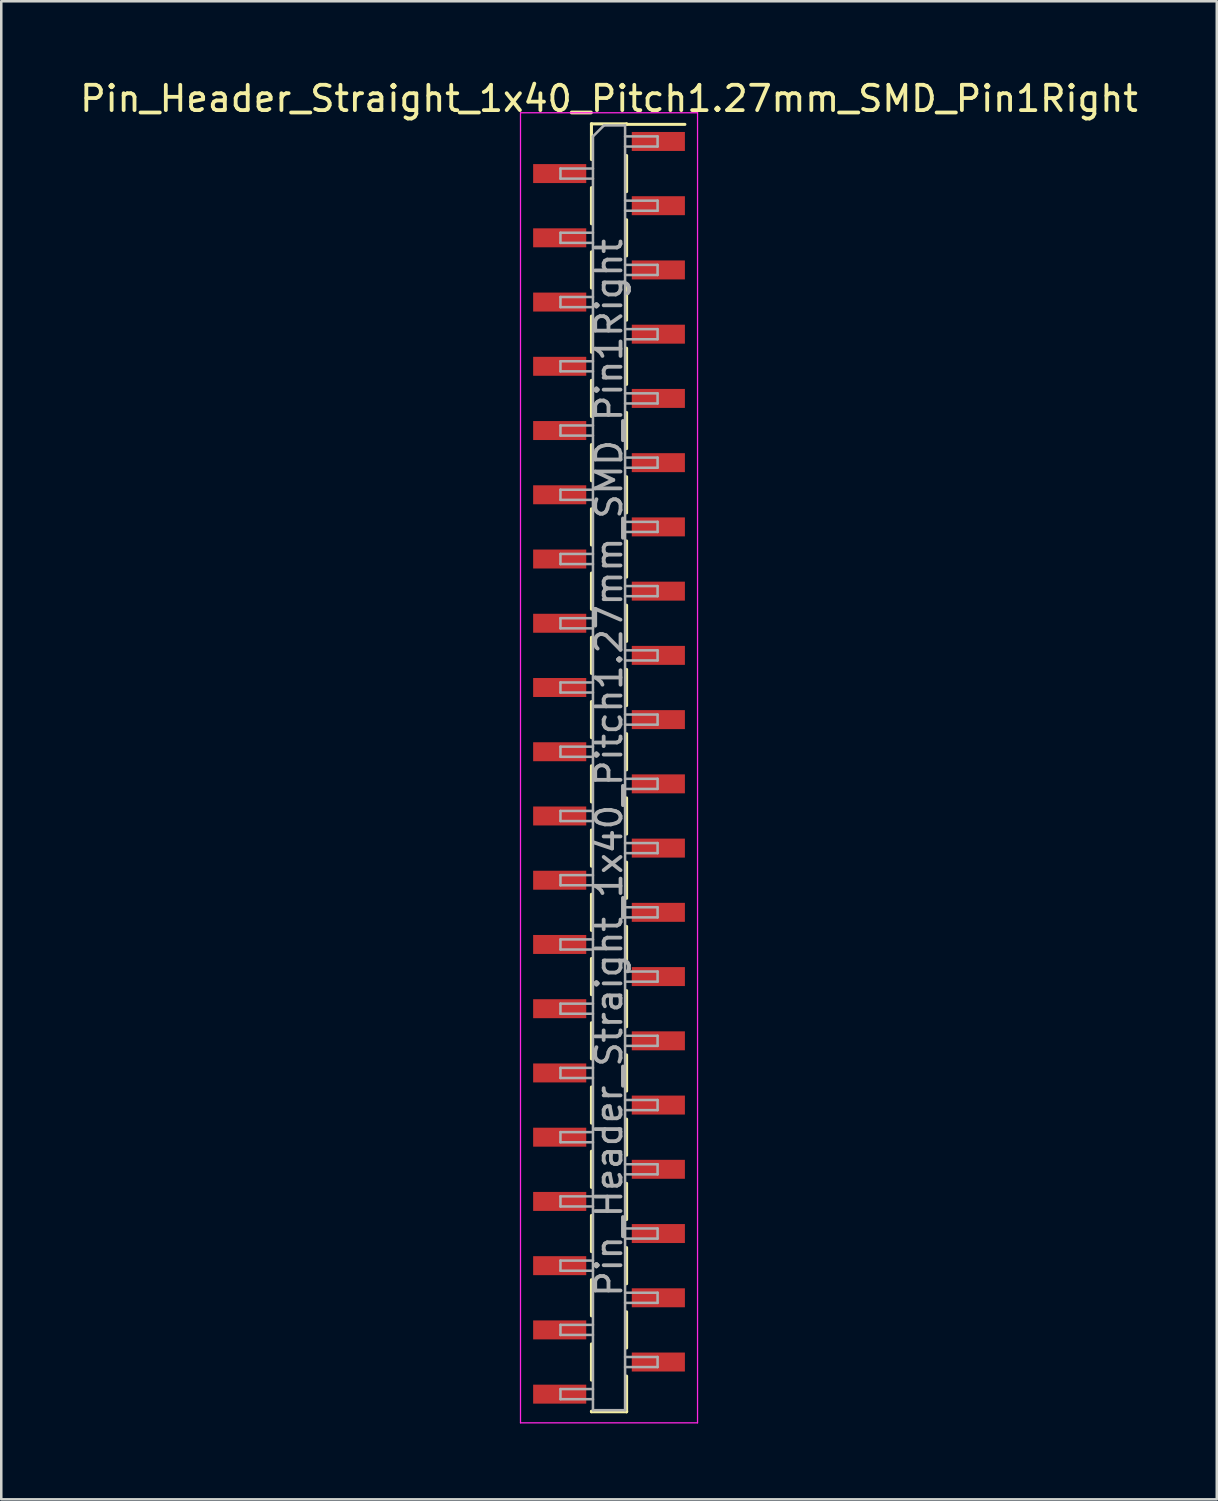
<source format=kicad_pcb>
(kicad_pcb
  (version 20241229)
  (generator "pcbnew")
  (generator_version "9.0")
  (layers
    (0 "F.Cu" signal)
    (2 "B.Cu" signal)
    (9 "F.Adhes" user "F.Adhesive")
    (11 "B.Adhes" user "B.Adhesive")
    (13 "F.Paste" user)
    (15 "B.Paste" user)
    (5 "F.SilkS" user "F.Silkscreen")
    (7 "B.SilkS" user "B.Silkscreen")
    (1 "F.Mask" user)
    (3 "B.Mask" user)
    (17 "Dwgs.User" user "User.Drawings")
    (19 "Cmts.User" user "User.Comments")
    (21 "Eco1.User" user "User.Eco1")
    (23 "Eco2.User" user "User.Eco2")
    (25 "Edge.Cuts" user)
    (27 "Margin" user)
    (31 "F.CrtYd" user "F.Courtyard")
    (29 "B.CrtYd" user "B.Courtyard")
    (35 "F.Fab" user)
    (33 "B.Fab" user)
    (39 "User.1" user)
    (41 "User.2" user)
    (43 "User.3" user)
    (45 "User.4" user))
  (footprint "Pin_Header_Straight_1x40_Pitch1.27mm_SMD_Pin1Right"
    (layer "F.Cu")
    (at 21.03 27.308)
    (property "Reference" "Pin_Header_Straight_1x40_Pitch1.27mm_SMD_Pin1Right" (at 0 -26.46 0) (layer "F.SilkS") (effects (font (size 1 1) (thickness 0.15))))
    (attr smd)
    (fp_line (start -0.695 -25.46) (end -0.695 -24.05) (stroke (width 0.12) (type solid)) (layer "F.SilkS"))
    (fp_line (start -0.695 -25.46) (end 0.695 -25.46) (stroke (width 0.12) (type solid)) (layer "F.SilkS"))
    (fp_line (start -0.695 -25.44) (end -0.695 -25.46) (stroke (width 0.12) (type solid)) (layer "F.SilkS"))
    (fp_line (start -0.695 -22.94) (end -0.695 -21.51) (stroke (width 0.12) (type solid)) (layer "F.SilkS"))
    (fp_line (start -0.695 -20.4) (end -0.695 -18.97) (stroke (width 0.12) (type solid)) (layer "F.SilkS"))
    (fp_line (start -0.695 -17.86) (end -0.695 -16.43) (stroke (width 0.12) (type solid)) (layer "F.SilkS"))
    (fp_line (start -0.695 -15.32) (end -0.695 -13.89) (stroke (width 0.12) (type solid)) (layer "F.SilkS"))
    (fp_line (start -0.695 -12.78) (end -0.695 -11.35) (stroke (width 0.12) (type solid)) (layer "F.SilkS"))
    (fp_line (start -0.695 -10.24) (end -0.695 -8.81) (stroke (width 0.12) (type solid)) (layer "F.SilkS"))
    (fp_line (start -0.695 -7.7) (end -0.695 -6.27) (stroke (width 0.12) (type solid)) (layer "F.SilkS"))
    (fp_line (start -0.695 -5.16) (end -0.695 -3.73) (stroke (width 0.12) (type solid)) (layer "F.SilkS"))
    (fp_line (start -0.695 -2.62) (end -0.695 -1.19) (stroke (width 0.12) (type solid)) (layer "F.SilkS"))
    (fp_line (start -0.695 -0.08) (end -0.695 1.35) (stroke (width 0.12) (type solid)) (layer "F.SilkS"))
    (fp_line (start -0.695 2.46) (end -0.695 3.89) (stroke (width 0.12) (type solid)) (layer "F.SilkS"))
    (fp_line (start -0.695 5) (end -0.695 6.43) (stroke (width 0.12) (type solid)) (layer "F.SilkS"))
    (fp_line (start -0.695 7.54) (end -0.695 8.97) (stroke (width 0.12) (type solid)) (layer "F.SilkS"))
    (fp_line (start -0.695 10.08) (end -0.695 11.51) (stroke (width 0.12) (type solid)) (layer "F.SilkS"))
    (fp_line (start -0.695 12.62) (end -0.695 14.05) (stroke (width 0.12) (type solid)) (layer "F.SilkS"))
    (fp_line (start -0.695 15.16) (end -0.695 16.59) (stroke (width 0.12) (type solid)) (layer "F.SilkS"))
    (fp_line (start -0.695 17.7) (end -0.695 19.13) (stroke (width 0.12) (type solid)) (layer "F.SilkS"))
    (fp_line (start -0.695 20.24) (end -0.695 21.67) (stroke (width 0.12) (type solid)) (layer "F.SilkS"))
    (fp_line (start -0.695 22.78) (end -0.695 24.21) (stroke (width 0.12) (type solid)) (layer "F.SilkS"))
    (fp_line (start -0.695 25.44) (end -0.695 25.46) (stroke (width 0.12) (type solid)) (layer "F.SilkS"))
    (fp_line (start -0.695 25.46) (end 0.695 25.46) (stroke (width 0.12) (type solid)) (layer "F.SilkS"))
    (fp_line (start 0.695 -25.46) (end 0.695 -25.44) (stroke (width 0.12) (type solid)) (layer "F.SilkS"))
    (fp_line (start 0.695 -25.44) (end 3 -25.44) (stroke (width 0.12) (type solid)) (layer "F.SilkS"))
    (fp_line (start 0.695 -24.21) (end 0.695 -22.78) (stroke (width 0.12) (type solid)) (layer "F.SilkS"))
    (fp_line (start 0.695 -21.67) (end 0.695 -20.24) (stroke (width 0.12) (type solid)) (layer "F.SilkS"))
    (fp_line (start 0.695 -19.13) (end 0.695 -17.7) (stroke (width 0.12) (type solid)) (layer "F.SilkS"))
    (fp_line (start 0.695 -16.59) (end 0.695 -15.16) (stroke (width 0.12) (type solid)) (layer "F.SilkS"))
    (fp_line (start 0.695 -14.05) (end 0.695 -12.62) (stroke (width 0.12) (type solid)) (layer "F.SilkS"))
    (fp_line (start 0.695 -11.51) (end 0.695 -10.08) (stroke (width 0.12) (type solid)) (layer "F.SilkS"))
    (fp_line (start 0.695 -8.97) (end 0.695 -7.54) (stroke (width 0.12) (type solid)) (layer "F.SilkS"))
    (fp_line (start 0.695 -6.43) (end 0.695 -5) (stroke (width 0.12) (type solid)) (layer "F.SilkS"))
    (fp_line (start 0.695 -3.89) (end 0.695 -2.46) (stroke (width 0.12) (type solid)) (layer "F.SilkS"))
    (fp_line (start 0.695 -1.35) (end 0.695 0.08) (stroke (width 0.12) (type solid)) (layer "F.SilkS"))
    (fp_line (start 0.695 1.19) (end 0.695 2.62) (stroke (width 0.12) (type solid)) (layer "F.SilkS"))
    (fp_line (start 0.695 3.73) (end 0.695 5.16) (stroke (width 0.12) (type solid)) (layer "F.SilkS"))
    (fp_line (start 0.695 6.27) (end 0.695 7.7) (stroke (width 0.12) (type solid)) (layer "F.SilkS"))
    (fp_line (start 0.695 8.81) (end 0.695 10.24) (stroke (width 0.12) (type solid)) (layer "F.SilkS"))
    (fp_line (start 0.695 11.35) (end 0.695 12.78) (stroke (width 0.12) (type solid)) (layer "F.SilkS"))
    (fp_line (start 0.695 13.89) (end 0.695 15.32) (stroke (width 0.12) (type solid)) (layer "F.SilkS"))
    (fp_line (start 0.695 16.43) (end 0.695 17.86) (stroke (width 0.12) (type solid)) (layer "F.SilkS"))
    (fp_line (start 0.695 18.97) (end 0.695 20.4) (stroke (width 0.12) (type solid)) (layer "F.SilkS"))
    (fp_line (start 0.695 21.51) (end 0.695 22.94) (stroke (width 0.12) (type solid)) (layer "F.SilkS"))
    (fp_line (start 0.695 24.05) (end 0.695 25.46) (stroke (width 0.12) (type solid)) (layer "F.SilkS"))
    (fp_line (start 0.695 25.46) (end 0.695 25.44) (stroke (width 0.12) (type solid)) (layer "F.SilkS"))
    (fp_line (start -3.5 -25.9) (end -3.5 25.9) (stroke (width 0.05) (type solid)) (layer "F.CrtYd"))
    (fp_line (start -3.5 25.9) (end 3.5 25.9) (stroke (width 0.05) (type solid)) (layer "F.CrtYd"))
    (fp_line (start 3.5 -25.9) (end -3.5 -25.9) (stroke (width 0.05) (type solid)) (layer "F.CrtYd"))
    (fp_line (start 3.5 25.9) (end 3.5 -25.9) (stroke (width 0.05) (type solid)) (layer "F.CrtYd"))
    (fp_line (start -1.92 -23.695) (end -1.92 -23.295) (stroke (width 0.1) (type solid)) (layer "F.Fab"))
    (fp_line (start -1.92 -23.295) (end -0.635 -23.295) (stroke (width 0.1) (type solid)) (layer "F.Fab"))
    (fp_line (start -1.92 -21.155) (end -1.92 -20.755) (stroke (width 0.1) (type solid)) (layer "F.Fab"))
    (fp_line (start -1.92 -20.755) (end -0.635 -20.755) (stroke (width 0.1) (type solid)) (layer "F.Fab"))
    (fp_line (start -1.92 -18.615) (end -1.92 -18.215) (stroke (width 0.1) (type solid)) (layer "F.Fab"))
    (fp_line (start -1.92 -18.215) (end -0.635 -18.215) (stroke (width 0.1) (type solid)) (layer "F.Fab"))
    (fp_line (start -1.92 -16.075) (end -1.92 -15.675) (stroke (width 0.1) (type solid)) (layer "F.Fab"))
    (fp_line (start -1.92 -15.675) (end -0.635 -15.675) (stroke (width 0.1) (type solid)) (layer "F.Fab"))
    (fp_line (start -1.92 -13.535) (end -1.92 -13.135) (stroke (width 0.1) (type solid)) (layer "F.Fab"))
    (fp_line (start -1.92 -13.135) (end -0.635 -13.135) (stroke (width 0.1) (type solid)) (layer "F.Fab"))
    (fp_line (start -1.92 -10.995) (end -1.92 -10.595) (stroke (width 0.1) (type solid)) (layer "F.Fab"))
    (fp_line (start -1.92 -10.595) (end -0.635 -10.595) (stroke (width 0.1) (type solid)) (layer "F.Fab"))
    (fp_line (start -1.92 -8.455) (end -1.92 -8.055) (stroke (width 0.1) (type solid)) (layer "F.Fab"))
    (fp_line (start -1.92 -8.055) (end -0.635 -8.055) (stroke (width 0.1) (type solid)) (layer "F.Fab"))
    (fp_line (start -1.92 -5.915) (end -1.92 -5.515) (stroke (width 0.1) (type solid)) (layer "F.Fab"))
    (fp_line (start -1.92 -5.515) (end -0.635 -5.515) (stroke (width 0.1) (type solid)) (layer "F.Fab"))
    (fp_line (start -1.92 -3.375) (end -1.92 -2.975) (stroke (width 0.1) (type solid)) (layer "F.Fab"))
    (fp_line (start -1.92 -2.975) (end -0.635 -2.975) (stroke (width 0.1) (type solid)) (layer "F.Fab"))
    (fp_line (start -1.92 -0.835) (end -1.92 -0.435) (stroke (width 0.1) (type solid)) (layer "F.Fab"))
    (fp_line (start -1.92 -0.435) (end -0.635 -0.435) (stroke (width 0.1) (type solid)) (layer "F.Fab"))
    (fp_line (start -1.92 1.705) (end -1.92 2.105) (stroke (width 0.1) (type solid)) (layer "F.Fab"))
    (fp_line (start -1.92 2.105) (end -0.635 2.105) (stroke (width 0.1) (type solid)) (layer "F.Fab"))
    (fp_line (start -1.92 4.245) (end -1.92 4.645) (stroke (width 0.1) (type solid)) (layer "F.Fab"))
    (fp_line (start -1.92 4.645) (end -0.635 4.645) (stroke (width 0.1) (type solid)) (layer "F.Fab"))
    (fp_line (start -1.92 6.785) (end -1.92 7.185) (stroke (width 0.1) (type solid)) (layer "F.Fab"))
    (fp_line (start -1.92 7.185) (end -0.635 7.185) (stroke (width 0.1) (type solid)) (layer "F.Fab"))
    (fp_line (start -1.92 9.325) (end -1.92 9.725) (stroke (width 0.1) (type solid)) (layer "F.Fab"))
    (fp_line (start -1.92 9.725) (end -0.635 9.725) (stroke (width 0.1) (type solid)) (layer "F.Fab"))
    (fp_line (start -1.92 11.865) (end -1.92 12.265) (stroke (width 0.1) (type solid)) (layer "F.Fab"))
    (fp_line (start -1.92 12.265) (end -0.635 12.265) (stroke (width 0.1) (type solid)) (layer "F.Fab"))
    (fp_line (start -1.92 14.405) (end -1.92 14.805) (stroke (width 0.1) (type solid)) (layer "F.Fab"))
    (fp_line (start -1.92 14.805) (end -0.635 14.805) (stroke (width 0.1) (type solid)) (layer "F.Fab"))
    (fp_line (start -1.92 16.945) (end -1.92 17.345) (stroke (width 0.1) (type solid)) (layer "F.Fab"))
    (fp_line (start -1.92 17.345) (end -0.635 17.345) (stroke (width 0.1) (type solid)) (layer "F.Fab"))
    (fp_line (start -1.92 19.485) (end -1.92 19.885) (stroke (width 0.1) (type solid)) (layer "F.Fab"))
    (fp_line (start -1.92 19.885) (end -0.635 19.885) (stroke (width 0.1) (type solid)) (layer "F.Fab"))
    (fp_line (start -1.92 22.025) (end -1.92 22.425) (stroke (width 0.1) (type solid)) (layer "F.Fab"))
    (fp_line (start -1.92 22.425) (end -0.635 22.425) (stroke (width 0.1) (type solid)) (layer "F.Fab"))
    (fp_line (start -1.92 24.565) (end -1.92 24.965) (stroke (width 0.1) (type solid)) (layer "F.Fab"))
    (fp_line (start -1.92 24.965) (end -0.635 24.965) (stroke (width 0.1) (type solid)) (layer "F.Fab"))
    (fp_line (start -0.635 -24.965) (end -0.2 -25.4) (stroke (width 0.1) (type solid)) (layer "F.Fab"))
    (fp_line (start -0.635 -23.695) (end -1.92 -23.695) (stroke (width 0.1) (type solid)) (layer "F.Fab"))
    (fp_line (start -0.635 -21.155) (end -1.92 -21.155) (stroke (width 0.1) (type solid)) (layer "F.Fab"))
    (fp_line (start -0.635 -18.615) (end -1.92 -18.615) (stroke (width 0.1) (type solid)) (layer "F.Fab"))
    (fp_line (start -0.635 -16.075) (end -1.92 -16.075) (stroke (width 0.1) (type solid)) (layer "F.Fab"))
    (fp_line (start -0.635 -13.535) (end -1.92 -13.535) (stroke (width 0.1) (type solid)) (layer "F.Fab"))
    (fp_line (start -0.635 -10.995) (end -1.92 -10.995) (stroke (width 0.1) (type solid)) (layer "F.Fab"))
    (fp_line (start -0.635 -8.455) (end -1.92 -8.455) (stroke (width 0.1) (type solid)) (layer "F.Fab"))
    (fp_line (start -0.635 -5.915) (end -1.92 -5.915) (stroke (width 0.1) (type solid)) (layer "F.Fab"))
    (fp_line (start -0.635 -3.375) (end -1.92 -3.375) (stroke (width 0.1) (type solid)) (layer "F.Fab"))
    (fp_line (start -0.635 -0.835) (end -1.92 -0.835) (stroke (width 0.1) (type solid)) (layer "F.Fab"))
    (fp_line (start -0.635 1.705) (end -1.92 1.705) (stroke (width 0.1) (type solid)) (layer "F.Fab"))
    (fp_line (start -0.635 4.245) (end -1.92 4.245) (stroke (width 0.1) (type solid)) (layer "F.Fab"))
    (fp_line (start -0.635 6.785) (end -1.92 6.785) (stroke (width 0.1) (type solid)) (layer "F.Fab"))
    (fp_line (start -0.635 9.325) (end -1.92 9.325) (stroke (width 0.1) (type solid)) (layer "F.Fab"))
    (fp_line (start -0.635 11.865) (end -1.92 11.865) (stroke (width 0.1) (type solid)) (layer "F.Fab"))
    (fp_line (start -0.635 14.405) (end -1.92 14.405) (stroke (width 0.1) (type solid)) (layer "F.Fab"))
    (fp_line (start -0.635 16.945) (end -1.92 16.945) (stroke (width 0.1) (type solid)) (layer "F.Fab"))
    (fp_line (start -0.635 19.485) (end -1.92 19.485) (stroke (width 0.1) (type solid)) (layer "F.Fab"))
    (fp_line (start -0.635 22.025) (end -1.92 22.025) (stroke (width 0.1) (type solid)) (layer "F.Fab"))
    (fp_line (start -0.635 24.565) (end -1.92 24.565) (stroke (width 0.1) (type solid)) (layer "F.Fab"))
    (fp_line (start -0.635 25.4) (end -0.635 -24.965) (stroke (width 0.1) (type solid)) (layer "F.Fab"))
    (fp_line (start -0.2 -25.4) (end 0.635 -25.4) (stroke (width 0.1) (type solid)) (layer "F.Fab"))
    (fp_line (start 0.635 -25.4) (end 0.635 25.4) (stroke (width 0.1) (type solid)) (layer "F.Fab"))
    (fp_line (start 0.635 -24.965) (end 1.92 -24.965) (stroke (width 0.1) (type solid)) (layer "F.Fab"))
    (fp_line (start 0.635 -22.425) (end 1.92 -22.425) (stroke (width 0.1) (type solid)) (layer "F.Fab"))
    (fp_line (start 0.635 -19.885) (end 1.92 -19.885) (stroke (width 0.1) (type solid)) (layer "F.Fab"))
    (fp_line (start 0.635 -17.345) (end 1.92 -17.345) (stroke (width 0.1) (type solid)) (layer "F.Fab"))
    (fp_line (start 0.635 -14.805) (end 1.92 -14.805) (stroke (width 0.1) (type solid)) (layer "F.Fab"))
    (fp_line (start 0.635 -12.265) (end 1.92 -12.265) (stroke (width 0.1) (type solid)) (layer "F.Fab"))
    (fp_line (start 0.635 -9.725) (end 1.92 -9.725) (stroke (width 0.1) (type solid)) (layer "F.Fab"))
    (fp_line (start 0.635 -7.185) (end 1.92 -7.185) (stroke (width 0.1) (type solid)) (layer "F.Fab"))
    (fp_line (start 0.635 -4.645) (end 1.92 -4.645) (stroke (width 0.1) (type solid)) (layer "F.Fab"))
    (fp_line (start 0.635 -2.105) (end 1.92 -2.105) (stroke (width 0.1) (type solid)) (layer "F.Fab"))
    (fp_line (start 0.635 0.435) (end 1.92 0.435) (stroke (width 0.1) (type solid)) (layer "F.Fab"))
    (fp_line (start 0.635 2.975) (end 1.92 2.975) (stroke (width 0.1) (type solid)) (layer "F.Fab"))
    (fp_line (start 0.635 5.515) (end 1.92 5.515) (stroke (width 0.1) (type solid)) (layer "F.Fab"))
    (fp_line (start 0.635 8.055) (end 1.92 8.055) (stroke (width 0.1) (type solid)) (layer "F.Fab"))
    (fp_line (start 0.635 10.595) (end 1.92 10.595) (stroke (width 0.1) (type solid)) (layer "F.Fab"))
    (fp_line (start 0.635 13.135) (end 1.92 13.135) (stroke (width 0.1) (type solid)) (layer "F.Fab"))
    (fp_line (start 0.635 15.675) (end 1.92 15.675) (stroke (width 0.1) (type solid)) (layer "F.Fab"))
    (fp_line (start 0.635 18.215) (end 1.92 18.215) (stroke (width 0.1) (type solid)) (layer "F.Fab"))
    (fp_line (start 0.635 20.755) (end 1.92 20.755) (stroke (width 0.1) (type solid)) (layer "F.Fab"))
    (fp_line (start 0.635 23.295) (end 1.92 23.295) (stroke (width 0.1) (type solid)) (layer "F.Fab"))
    (fp_line (start 0.635 25.4) (end -0.635 25.4) (stroke (width 0.1) (type solid)) (layer "F.Fab"))
    (fp_line (start 1.92 -24.965) (end 1.92 -24.565) (stroke (width 0.1) (type solid)) (layer "F.Fab"))
    (fp_line (start 1.92 -24.565) (end 0.635 -24.565) (stroke (width 0.1) (type solid)) (layer "F.Fab"))
    (fp_line (start 1.92 -22.425) (end 1.92 -22.025) (stroke (width 0.1) (type solid)) (layer "F.Fab"))
    (fp_line (start 1.92 -22.025) (end 0.635 -22.025) (stroke (width 0.1) (type solid)) (layer "F.Fab"))
    (fp_line (start 1.92 -19.885) (end 1.92 -19.485) (stroke (width 0.1) (type solid)) (layer "F.Fab"))
    (fp_line (start 1.92 -19.485) (end 0.635 -19.485) (stroke (width 0.1) (type solid)) (layer "F.Fab"))
    (fp_line (start 1.92 -17.345) (end 1.92 -16.945) (stroke (width 0.1) (type solid)) (layer "F.Fab"))
    (fp_line (start 1.92 -16.945) (end 0.635 -16.945) (stroke (width 0.1) (type solid)) (layer "F.Fab"))
    (fp_line (start 1.92 -14.805) (end 1.92 -14.405) (stroke (width 0.1) (type solid)) (layer "F.Fab"))
    (fp_line (start 1.92 -14.405) (end 0.635 -14.405) (stroke (width 0.1) (type solid)) (layer "F.Fab"))
    (fp_line (start 1.92 -12.265) (end 1.92 -11.865) (stroke (width 0.1) (type solid)) (layer "F.Fab"))
    (fp_line (start 1.92 -11.865) (end 0.635 -11.865) (stroke (width 0.1) (type solid)) (layer "F.Fab"))
    (fp_line (start 1.92 -9.725) (end 1.92 -9.325) (stroke (width 0.1) (type solid)) (layer "F.Fab"))
    (fp_line (start 1.92 -9.325) (end 0.635 -9.325) (stroke (width 0.1) (type solid)) (layer "F.Fab"))
    (fp_line (start 1.92 -7.185) (end 1.92 -6.785) (stroke (width 0.1) (type solid)) (layer "F.Fab"))
    (fp_line (start 1.92 -6.785) (end 0.635 -6.785) (stroke (width 0.1) (type solid)) (layer "F.Fab"))
    (fp_line (start 1.92 -4.645) (end 1.92 -4.245) (stroke (width 0.1) (type solid)) (layer "F.Fab"))
    (fp_line (start 1.92 -4.245) (end 0.635 -4.245) (stroke (width 0.1) (type solid)) (layer "F.Fab"))
    (fp_line (start 1.92 -2.105) (end 1.92 -1.705) (stroke (width 0.1) (type solid)) (layer "F.Fab"))
    (fp_line (start 1.92 -1.705) (end 0.635 -1.705) (stroke (width 0.1) (type solid)) (layer "F.Fab"))
    (fp_line (start 1.92 0.435) (end 1.92 0.835) (stroke (width 0.1) (type solid)) (layer "F.Fab"))
    (fp_line (start 1.92 0.835) (end 0.635 0.835) (stroke (width 0.1) (type solid)) (layer "F.Fab"))
    (fp_line (start 1.92 2.975) (end 1.92 3.375) (stroke (width 0.1) (type solid)) (layer "F.Fab"))
    (fp_line (start 1.92 3.375) (end 0.635 3.375) (stroke (width 0.1) (type solid)) (layer "F.Fab"))
    (fp_line (start 1.92 5.515) (end 1.92 5.915) (stroke (width 0.1) (type solid)) (layer "F.Fab"))
    (fp_line (start 1.92 5.915) (end 0.635 5.915) (stroke (width 0.1) (type solid)) (layer "F.Fab"))
    (fp_line (start 1.92 8.055) (end 1.92 8.455) (stroke (width 0.1) (type solid)) (layer "F.Fab"))
    (fp_line (start 1.92 8.455) (end 0.635 8.455) (stroke (width 0.1) (type solid)) (layer "F.Fab"))
    (fp_line (start 1.92 10.595) (end 1.92 10.995) (stroke (width 0.1) (type solid)) (layer "F.Fab"))
    (fp_line (start 1.92 10.995) (end 0.635 10.995) (stroke (width 0.1) (type solid)) (layer "F.Fab"))
    (fp_line (start 1.92 13.135) (end 1.92 13.535) (stroke (width 0.1) (type solid)) (layer "F.Fab"))
    (fp_line (start 1.92 13.535) (end 0.635 13.535) (stroke (width 0.1) (type solid)) (layer "F.Fab"))
    (fp_line (start 1.92 15.675) (end 1.92 16.075) (stroke (width 0.1) (type solid)) (layer "F.Fab"))
    (fp_line (start 1.92 16.075) (end 0.635 16.075) (stroke (width 0.1) (type solid)) (layer "F.Fab"))
    (fp_line (start 1.92 18.215) (end 1.92 18.615) (stroke (width 0.1) (type solid)) (layer "F.Fab"))
    (fp_line (start 1.92 18.615) (end 0.635 18.615) (stroke (width 0.1) (type solid)) (layer "F.Fab"))
    (fp_line (start 1.92 20.755) (end 1.92 21.155) (stroke (width 0.1) (type solid)) (layer "F.Fab"))
    (fp_line (start 1.92 21.155) (end 0.635 21.155) (stroke (width 0.1) (type solid)) (layer "F.Fab"))
    (fp_line (start 1.92 23.295) (end 1.92 23.695) (stroke (width 0.1) (type solid)) (layer "F.Fab"))
    (fp_line (start 1.92 23.695) (end 0.635 23.695) (stroke (width 0.1) (type solid)) (layer "F.Fab"))
    (fp_text user "${REFERENCE}" (at 0 0 90) (layer "F.Fab") (effects (font (size 1 1) (thickness 0.15))))
    (pad "1" smd rect (at 1.95 -24.765) (size 2.1 0.75) (layers "F.Cu" "F.Mask" "F.Paste"))
    (pad "2" smd rect (at -1.95 -23.495) (size 2.1 0.75) (layers "F.Cu" "F.Mask" "F.Paste"))
    (pad "3" smd rect (at 1.95 -22.225) (size 2.1 0.75) (layers "F.Cu" "F.Mask" "F.Paste"))
    (pad "4" smd rect (at -1.95 -20.955) (size 2.1 0.75) (layers "F.Cu" "F.Mask" "F.Paste"))
    (pad "5" smd rect (at 1.95 -19.685) (size 2.1 0.75) (layers "F.Cu" "F.Mask" "F.Paste"))
    (pad "6" smd rect (at -1.95 -18.415) (size 2.1 0.75) (layers "F.Cu" "F.Mask" "F.Paste"))
    (pad "7" smd rect (at 1.95 -17.145) (size 2.1 0.75) (layers "F.Cu" "F.Mask" "F.Paste"))
    (pad "8" smd rect (at -1.95 -15.875) (size 2.1 0.75) (layers "F.Cu" "F.Mask" "F.Paste"))
    (pad "9" smd rect (at 1.95 -14.605) (size 2.1 0.75) (layers "F.Cu" "F.Mask" "F.Paste"))
    (pad "10" smd rect (at -1.95 -13.335) (size 2.1 0.75) (layers "F.Cu" "F.Mask" "F.Paste"))
    (pad "11" smd rect (at 1.95 -12.065) (size 2.1 0.75) (layers "F.Cu" "F.Mask" "F.Paste"))
    (pad "12" smd rect (at -1.95 -10.795) (size 2.1 0.75) (layers "F.Cu" "F.Mask" "F.Paste"))
    (pad "13" smd rect (at 1.95 -9.525) (size 2.1 0.75) (layers "F.Cu" "F.Mask" "F.Paste"))
    (pad "14" smd rect (at -1.95 -8.255) (size 2.1 0.75) (layers "F.Cu" "F.Mask" "F.Paste"))
    (pad "15" smd rect (at 1.95 -6.985) (size 2.1 0.75) (layers "F.Cu" "F.Mask" "F.Paste"))
    (pad "16" smd rect (at -1.95 -5.715) (size 2.1 0.75) (layers "F.Cu" "F.Mask" "F.Paste"))
    (pad "17" smd rect (at 1.95 -4.445) (size 2.1 0.75) (layers "F.Cu" "F.Mask" "F.Paste"))
    (pad "18" smd rect (at -1.95 -3.175) (size 2.1 0.75) (layers "F.Cu" "F.Mask" "F.Paste"))
    (pad "19" smd rect (at 1.95 -1.905) (size 2.1 0.75) (layers "F.Cu" "F.Mask" "F.Paste"))
    (pad "20" smd rect (at -1.95 -0.635) (size 2.1 0.75) (layers "F.Cu" "F.Mask" "F.Paste"))
    (pad "21" smd rect (at 1.95 0.635) (size 2.1 0.75) (layers "F.Cu" "F.Mask" "F.Paste"))
    (pad "22" smd rect (at -1.95 1.905) (size 2.1 0.75) (layers "F.Cu" "F.Mask" "F.Paste"))
    (pad "23" smd rect (at 1.95 3.175) (size 2.1 0.75) (layers "F.Cu" "F.Mask" "F.Paste"))
    (pad "24" smd rect (at -1.95 4.445) (size 2.1 0.75) (layers "F.Cu" "F.Mask" "F.Paste"))
    (pad "25" smd rect (at 1.95 5.715) (size 2.1 0.75) (layers "F.Cu" "F.Mask" "F.Paste"))
    (pad "26" smd rect (at -1.95 6.985) (size 2.1 0.75) (layers "F.Cu" "F.Mask" "F.Paste"))
    (pad "27" smd rect (at 1.95 8.255) (size 2.1 0.75) (layers "F.Cu" "F.Mask" "F.Paste"))
    (pad "28" smd rect (at -1.95 9.525) (size 2.1 0.75) (layers "F.Cu" "F.Mask" "F.Paste"))
    (pad "29" smd rect (at 1.95 10.795) (size 2.1 0.75) (layers "F.Cu" "F.Mask" "F.Paste"))
    (pad "30" smd rect (at -1.95 12.065) (size 2.1 0.75) (layers "F.Cu" "F.Mask" "F.Paste"))
    (pad "31" smd rect (at 1.95 13.335) (size 2.1 0.75) (layers "F.Cu" "F.Mask" "F.Paste"))
    (pad "32" smd rect (at -1.95 14.605) (size 2.1 0.75) (layers "F.Cu" "F.Mask" "F.Paste"))
    (pad "33" smd rect (at 1.95 15.875) (size 2.1 0.75) (layers "F.Cu" "F.Mask" "F.Paste"))
    (pad "34" smd rect (at -1.95 17.145) (size 2.1 0.75) (layers "F.Cu" "F.Mask" "F.Paste"))
    (pad "35" smd rect (at 1.95 18.415) (size 2.1 0.75) (layers "F.Cu" "F.Mask" "F.Paste"))
    (pad "36" smd rect (at -1.95 19.685) (size 2.1 0.75) (layers "F.Cu" "F.Mask" "F.Paste"))
    (pad "37" smd rect (at 1.95 20.955) (size 2.1 0.75) (layers "F.Cu" "F.Mask" "F.Paste"))
    (pad "38" smd rect (at -1.95 22.225) (size 2.1 0.75) (layers "F.Cu" "F.Mask" "F.Paste"))
    (pad "39" smd rect (at 1.95 23.495) (size 2.1 0.75) (layers "F.Cu" "F.Mask" "F.Paste"))
    (pad "40" smd rect (at -1.95 24.765) (size 2.1 0.75) (layers "F.Cu" "F.Mask" "F.Paste")))
  (gr_rect
    (start -3 -3)
    (end 45.06 56.233)
    (stroke (width 0.1) (type default))
    (fill no)
    (layer "Edge.Cuts")))
</source>
